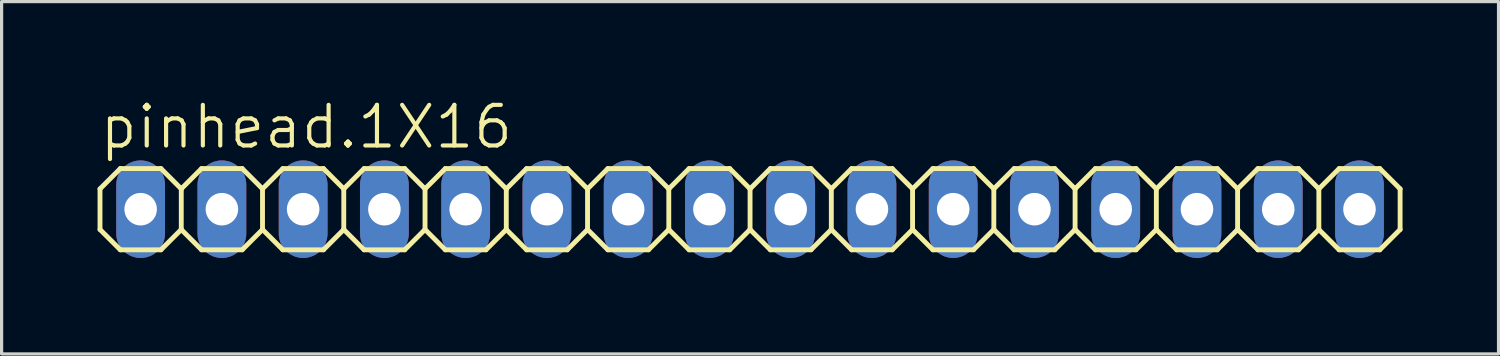
<source format=kicad_pcb>
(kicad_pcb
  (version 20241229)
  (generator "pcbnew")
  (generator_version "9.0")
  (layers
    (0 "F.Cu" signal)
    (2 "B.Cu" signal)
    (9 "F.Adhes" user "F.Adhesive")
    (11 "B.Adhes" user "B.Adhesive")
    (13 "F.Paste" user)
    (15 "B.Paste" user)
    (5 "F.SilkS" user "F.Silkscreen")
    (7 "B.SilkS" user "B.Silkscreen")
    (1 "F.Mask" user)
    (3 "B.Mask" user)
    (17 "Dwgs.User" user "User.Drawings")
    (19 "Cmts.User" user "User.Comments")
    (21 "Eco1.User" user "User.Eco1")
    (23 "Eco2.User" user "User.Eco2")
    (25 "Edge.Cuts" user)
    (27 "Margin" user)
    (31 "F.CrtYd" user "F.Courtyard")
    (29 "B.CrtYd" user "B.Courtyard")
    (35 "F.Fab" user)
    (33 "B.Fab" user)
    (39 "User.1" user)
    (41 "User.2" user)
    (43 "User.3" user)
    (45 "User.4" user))
  (footprint "pinhead.1X16"
    (layer "F.Cu")
    (at 20.396 3.489)
    (property "Reference" "pinhead.1X16" (at -20.396 -1.829 0) (layer "F.SilkS") (effects (font (size 1.27 1.27) (thickness 0.13)) (justify left bottom)))
    (attr through_hole)
    (fp_line (start -20.32 -0.635) (end -20.32 0.635) (stroke (width 0.152) (type default)) (layer "F.SilkS"))
    (fp_line (start -20.32 0.635) (end -19.685 1.27) (stroke (width 0.152) (type default)) (layer "F.SilkS"))
    (fp_line (start -19.685 -1.27) (end -20.32 -0.635) (stroke (width 0.152) (type default)) (layer "F.SilkS"))
    (fp_line (start -19.685 -1.27) (end -18.415 -1.27) (stroke (width 0.152) (type default)) (layer "F.SilkS"))
    (fp_line (start -18.415 -1.27) (end -17.78 -0.635) (stroke (width 0.152) (type default)) (layer "F.SilkS"))
    (fp_line (start -18.415 1.27) (end -19.685 1.27) (stroke (width 0.152) (type default)) (layer "F.SilkS"))
    (fp_line (start -17.78 -0.635) (end -17.78 0.635) (stroke (width 0.152) (type default)) (layer "F.SilkS"))
    (fp_line (start -17.78 -0.635) (end -17.145 -1.27) (stroke (width 0.152) (type default)) (layer "F.SilkS"))
    (fp_line (start -17.78 0.635) (end -18.415 1.27) (stroke (width 0.152) (type default)) (layer "F.SilkS"))
    (fp_line (start -17.145 -1.27) (end -15.875 -1.27) (stroke (width 0.152) (type default)) (layer "F.SilkS"))
    (fp_line (start -17.145 1.27) (end -17.78 0.635) (stroke (width 0.152) (type default)) (layer "F.SilkS"))
    (fp_line (start -15.875 -1.27) (end -15.24 -0.635) (stroke (width 0.152) (type default)) (layer "F.SilkS"))
    (fp_line (start -15.875 1.27) (end -17.145 1.27) (stroke (width 0.152) (type default)) (layer "F.SilkS"))
    (fp_line (start -15.24 -0.635) (end -15.24 0.635) (stroke (width 0.152) (type default)) (layer "F.SilkS"))
    (fp_line (start -15.24 -0.635) (end -14.605 -1.27) (stroke (width 0.152) (type default)) (layer "F.SilkS"))
    (fp_line (start -15.24 0.635) (end -15.875 1.27) (stroke (width 0.152) (type default)) (layer "F.SilkS"))
    (fp_line (start -14.605 -1.27) (end -13.335 -1.27) (stroke (width 0.152) (type default)) (layer "F.SilkS"))
    (fp_line (start -14.605 1.27) (end -15.24 0.635) (stroke (width 0.152) (type default)) (layer "F.SilkS"))
    (fp_line (start -13.335 -1.27) (end -12.7 -0.635) (stroke (width 0.152) (type default)) (layer "F.SilkS"))
    (fp_line (start -13.335 1.27) (end -14.605 1.27) (stroke (width 0.152) (type default)) (layer "F.SilkS"))
    (fp_line (start -12.7 -0.635) (end -12.7 0.635) (stroke (width 0.152) (type default)) (layer "F.SilkS"))
    (fp_line (start -12.7 0.635) (end -13.335 1.27) (stroke (width 0.152) (type default)) (layer "F.SilkS"))
    (fp_line (start -12.7 0.635) (end -12.065 1.27) (stroke (width 0.152) (type default)) (layer "F.SilkS"))
    (fp_line (start -12.065 -1.27) (end -12.7 -0.635) (stroke (width 0.152) (type default)) (layer "F.SilkS"))
    (fp_line (start -12.065 -1.27) (end -10.795 -1.27) (stroke (width 0.152) (type default)) (layer "F.SilkS"))
    (fp_line (start -10.795 -1.27) (end -10.16 -0.635) (stroke (width 0.152) (type default)) (layer "F.SilkS"))
    (fp_line (start -10.795 1.27) (end -12.065 1.27) (stroke (width 0.152) (type default)) (layer "F.SilkS"))
    (fp_line (start -10.16 -0.635) (end -10.16 0.635) (stroke (width 0.152) (type default)) (layer "F.SilkS"))
    (fp_line (start -10.16 -0.635) (end -9.525 -1.27) (stroke (width 0.152) (type default)) (layer "F.SilkS"))
    (fp_line (start -10.16 0.635) (end -10.795 1.27) (stroke (width 0.152) (type default)) (layer "F.SilkS"))
    (fp_line (start -9.525 -1.27) (end -8.255 -1.27) (stroke (width 0.152) (type default)) (layer "F.SilkS"))
    (fp_line (start -9.525 1.27) (end -10.16 0.635) (stroke (width 0.152) (type default)) (layer "F.SilkS"))
    (fp_line (start -8.255 -1.27) (end -7.62 -0.635) (stroke (width 0.152) (type default)) (layer "F.SilkS"))
    (fp_line (start -8.255 1.27) (end -9.525 1.27) (stroke (width 0.152) (type default)) (layer "F.SilkS"))
    (fp_line (start -7.62 -0.635) (end -7.62 0.635) (stroke (width 0.152) (type default)) (layer "F.SilkS"))
    (fp_line (start -7.62 -0.635) (end -6.985 -1.27) (stroke (width 0.152) (type default)) (layer "F.SilkS"))
    (fp_line (start -7.62 0.635) (end -8.255 1.27) (stroke (width 0.152) (type default)) (layer "F.SilkS"))
    (fp_line (start -6.985 -1.27) (end -5.715 -1.27) (stroke (width 0.152) (type default)) (layer "F.SilkS"))
    (fp_line (start -6.985 1.27) (end -7.62 0.635) (stroke (width 0.152) (type default)) (layer "F.SilkS"))
    (fp_line (start -5.715 -1.27) (end -5.08 -0.635) (stroke (width 0.152) (type default)) (layer "F.SilkS"))
    (fp_line (start -5.715 1.27) (end -6.985 1.27) (stroke (width 0.152) (type default)) (layer "F.SilkS"))
    (fp_line (start -5.08 -0.635) (end -5.08 0.635) (stroke (width 0.152) (type default)) (layer "F.SilkS"))
    (fp_line (start -5.08 0.635) (end -5.715 1.27) (stroke (width 0.152) (type default)) (layer "F.SilkS"))
    (fp_line (start -5.08 0.635) (end -4.445 1.27) (stroke (width 0.152) (type default)) (layer "F.SilkS"))
    (fp_line (start -4.445 -1.27) (end -5.08 -0.635) (stroke (width 0.152) (type default)) (layer "F.SilkS"))
    (fp_line (start -4.445 -1.27) (end -3.175 -1.27) (stroke (width 0.152) (type default)) (layer "F.SilkS"))
    (fp_line (start -3.175 -1.27) (end -2.54 -0.635) (stroke (width 0.152) (type default)) (layer "F.SilkS"))
    (fp_line (start -3.175 1.27) (end -4.445 1.27) (stroke (width 0.152) (type default)) (layer "F.SilkS"))
    (fp_line (start -2.54 -0.635) (end -2.54 0.635) (stroke (width 0.152) (type default)) (layer "F.SilkS"))
    (fp_line (start -2.54 -0.635) (end -1.905 -1.27) (stroke (width 0.152) (type default)) (layer "F.SilkS"))
    (fp_line (start -2.54 0.635) (end -3.175 1.27) (stroke (width 0.152) (type default)) (layer "F.SilkS"))
    (fp_line (start -1.905 -1.27) (end -0.635 -1.27) (stroke (width 0.152) (type default)) (layer "F.SilkS"))
    (fp_line (start -1.905 1.27) (end -2.54 0.635) (stroke (width 0.152) (type default)) (layer "F.SilkS"))
    (fp_line (start -0.635 -1.27) (end 0 -0.635) (stroke (width 0.152) (type default)) (layer "F.SilkS"))
    (fp_line (start -0.635 1.27) (end -1.905 1.27) (stroke (width 0.152) (type default)) (layer "F.SilkS"))
    (fp_line (start 0 -0.635) (end 0 0.635) (stroke (width 0.152) (type default)) (layer "F.SilkS"))
    (fp_line (start 0 -0.635) (end 0.635 -1.27) (stroke (width 0.152) (type default)) (layer "F.SilkS"))
    (fp_line (start 0 0.635) (end -0.635 1.27) (stroke (width 0.152) (type default)) (layer "F.SilkS"))
    (fp_line (start 0.635 -1.27) (end 1.905 -1.27) (stroke (width 0.152) (type default)) (layer "F.SilkS"))
    (fp_line (start 0.635 1.27) (end 0 0.635) (stroke (width 0.152) (type default)) (layer "F.SilkS"))
    (fp_line (start 1.905 -1.27) (end 2.54 -0.635) (stroke (width 0.152) (type default)) (layer "F.SilkS"))
    (fp_line (start 1.905 1.27) (end 0.635 1.27) (stroke (width 0.152) (type default)) (layer "F.SilkS"))
    (fp_line (start 2.54 -0.635) (end 2.54 0.635) (stroke (width 0.152) (type default)) (layer "F.SilkS"))
    (fp_line (start 2.54 0.635) (end 1.905 1.27) (stroke (width 0.152) (type default)) (layer "F.SilkS"))
    (fp_line (start 2.54 0.635) (end 3.175 1.27) (stroke (width 0.152) (type default)) (layer "F.SilkS"))
    (fp_line (start 3.175 -1.27) (end 2.54 -0.635) (stroke (width 0.152) (type default)) (layer "F.SilkS"))
    (fp_line (start 3.175 -1.27) (end 4.445 -1.27) (stroke (width 0.152) (type default)) (layer "F.SilkS"))
    (fp_line (start 4.445 -1.27) (end 5.08 -0.635) (stroke (width 0.152) (type default)) (layer "F.SilkS"))
    (fp_line (start 4.445 1.27) (end 3.175 1.27) (stroke (width 0.152) (type default)) (layer "F.SilkS"))
    (fp_line (start 5.08 -0.635) (end 5.08 0.635) (stroke (width 0.152) (type default)) (layer "F.SilkS"))
    (fp_line (start 5.08 -0.635) (end 5.715 -1.27) (stroke (width 0.152) (type default)) (layer "F.SilkS"))
    (fp_line (start 5.08 0.635) (end 4.445 1.27) (stroke (width 0.152) (type default)) (layer "F.SilkS"))
    (fp_line (start 5.715 -1.27) (end 6.985 -1.27) (stroke (width 0.152) (type default)) (layer "F.SilkS"))
    (fp_line (start 5.715 1.27) (end 5.08 0.635) (stroke (width 0.152) (type default)) (layer "F.SilkS"))
    (fp_line (start 6.985 -1.27) (end 7.62 -0.635) (stroke (width 0.152) (type default)) (layer "F.SilkS"))
    (fp_line (start 6.985 1.27) (end 5.715 1.27) (stroke (width 0.152) (type default)) (layer "F.SilkS"))
    (fp_line (start 7.62 -0.635) (end 7.62 0.635) (stroke (width 0.152) (type default)) (layer "F.SilkS"))
    (fp_line (start 7.62 -0.635) (end 8.255 -1.27) (stroke (width 0.152) (type default)) (layer "F.SilkS"))
    (fp_line (start 7.62 0.635) (end 6.985 1.27) (stroke (width 0.152) (type default)) (layer "F.SilkS"))
    (fp_line (start 8.255 -1.27) (end 9.525 -1.27) (stroke (width 0.152) (type default)) (layer "F.SilkS"))
    (fp_line (start 8.255 1.27) (end 7.62 0.635) (stroke (width 0.152) (type default)) (layer "F.SilkS"))
    (fp_line (start 9.525 -1.27) (end 10.16 -0.635) (stroke (width 0.152) (type default)) (layer "F.SilkS"))
    (fp_line (start 9.525 1.27) (end 8.255 1.27) (stroke (width 0.152) (type default)) (layer "F.SilkS"))
    (fp_line (start 10.16 -0.635) (end 10.16 0.635) (stroke (width 0.152) (type default)) (layer "F.SilkS"))
    (fp_line (start 10.16 0.635) (end 9.525 1.27) (stroke (width 0.152) (type default)) (layer "F.SilkS"))
    (fp_line (start 10.16 0.635) (end 10.795 1.27) (stroke (width 0.152) (type default)) (layer "F.SilkS"))
    (fp_line (start 10.795 -1.27) (end 10.16 -0.635) (stroke (width 0.152) (type default)) (layer "F.SilkS"))
    (fp_line (start 10.795 -1.27) (end 12.065 -1.27) (stroke (width 0.152) (type default)) (layer "F.SilkS"))
    (fp_line (start 12.065 -1.27) (end 12.7 -0.635) (stroke (width 0.152) (type default)) (layer "F.SilkS"))
    (fp_line (start 12.065 1.27) (end 10.795 1.27) (stroke (width 0.152) (type default)) (layer "F.SilkS"))
    (fp_line (start 12.7 -0.635) (end 12.7 0.635) (stroke (width 0.152) (type default)) (layer "F.SilkS"))
    (fp_line (start 12.7 -0.635) (end 13.335 -1.27) (stroke (width 0.152) (type default)) (layer "F.SilkS"))
    (fp_line (start 12.7 0.635) (end 12.065 1.27) (stroke (width 0.152) (type default)) (layer "F.SilkS"))
    (fp_line (start 13.335 -1.27) (end 14.605 -1.27) (stroke (width 0.152) (type default)) (layer "F.SilkS"))
    (fp_line (start 13.335 1.27) (end 12.7 0.635) (stroke (width 0.152) (type default)) (layer "F.SilkS"))
    (fp_line (start 14.605 -1.27) (end 15.24 -0.635) (stroke (width 0.152) (type default)) (layer "F.SilkS"))
    (fp_line (start 14.605 1.27) (end 13.335 1.27) (stroke (width 0.152) (type default)) (layer "F.SilkS"))
    (fp_line (start 15.24 -0.635) (end 15.24 0.635) (stroke (width 0.152) (type default)) (layer "F.SilkS"))
    (fp_line (start 15.24 -0.635) (end 15.875 -1.27) (stroke (width 0.152) (type default)) (layer "F.SilkS"))
    (fp_line (start 15.24 0.635) (end 14.605 1.27) (stroke (width 0.152) (type default)) (layer "F.SilkS"))
    (fp_line (start 15.875 -1.27) (end 17.145 -1.27) (stroke (width 0.152) (type default)) (layer "F.SilkS"))
    (fp_line (start 15.875 1.27) (end 15.24 0.635) (stroke (width 0.152) (type default)) (layer "F.SilkS"))
    (fp_line (start 17.145 -1.27) (end 17.78 -0.635) (stroke (width 0.152) (type default)) (layer "F.SilkS"))
    (fp_line (start 17.145 1.27) (end 15.875 1.27) (stroke (width 0.152) (type default)) (layer "F.SilkS"))
    (fp_line (start 17.78 -0.635) (end 17.78 0.635) (stroke (width 0.152) (type default)) (layer "F.SilkS"))
    (fp_line (start 17.78 -0.635) (end 18.415 -1.27) (stroke (width 0.152) (type default)) (layer "F.SilkS"))
    (fp_line (start 17.78 0.635) (end 17.145 1.27) (stroke (width 0.152) (type default)) (layer "F.SilkS"))
    (fp_line (start 18.415 -1.27) (end 19.685 -1.27) (stroke (width 0.152) (type default)) (layer "F.SilkS"))
    (fp_line (start 18.415 1.27) (end 17.78 0.635) (stroke (width 0.152) (type default)) (layer "F.SilkS"))
    (fp_line (start 19.685 -1.27) (end 20.32 -0.635) (stroke (width 0.152) (type default)) (layer "F.SilkS"))
    (fp_line (start 19.685 1.27) (end 18.415 1.27) (stroke (width 0.152) (type default)) (layer "F.SilkS"))
    (fp_line (start 20.32 -0.635) (end 20.32 0.635) (stroke (width 0.152) (type default)) (layer "F.SilkS"))
    (fp_line (start 20.32 0.635) (end 19.685 1.27) (stroke (width 0.152) (type default)) (layer "F.SilkS"))
    (fp_rect (start -19.304 0.254) (end -18.796 -0.254) (stroke (width 0.05) (type default)) (fill no) (layer "F.Fab"))
    (fp_rect (start -16.764 0.254) (end -16.256 -0.254) (stroke (width 0.05) (type default)) (fill no) (layer "F.Fab"))
    (fp_rect (start -14.224 0.254) (end -13.716 -0.254) (stroke (width 0.05) (type default)) (fill no) (layer "F.Fab"))
    (fp_rect (start -11.684 0.254) (end -11.176 -0.254) (stroke (width 0.05) (type default)) (fill no) (layer "F.Fab"))
    (fp_rect (start -9.144 0.254) (end -8.636 -0.254) (stroke (width 0.05) (type default)) (fill no) (layer "F.Fab"))
    (fp_rect (start -6.604 0.254) (end -6.096 -0.254) (stroke (width 0.05) (type default)) (fill no) (layer "F.Fab"))
    (fp_rect (start -4.064 0.254) (end -3.556 -0.254) (stroke (width 0.05) (type default)) (fill no) (layer "F.Fab"))
    (fp_rect (start -1.524 0.254) (end -1.016 -0.254) (stroke (width 0.05) (type default)) (fill no) (layer "F.Fab"))
    (fp_rect (start 1.016 0.254) (end 1.524 -0.254) (stroke (width 0.05) (type default)) (fill no) (layer "F.Fab"))
    (fp_rect (start 3.556 0.254) (end 4.064 -0.254) (stroke (width 0.05) (type default)) (fill no) (layer "F.Fab"))
    (fp_rect (start 6.096 0.254) (end 6.604 -0.254) (stroke (width 0.05) (type default)) (fill no) (layer "F.Fab"))
    (fp_rect (start 8.636 0.254) (end 9.144 -0.254) (stroke (width 0.05) (type default)) (fill no) (layer "F.Fab"))
    (fp_rect (start 11.176 0.254) (end 11.684 -0.254) (stroke (width 0.05) (type default)) (fill no) (layer "F.Fab"))
    (fp_rect (start 13.716 0.254) (end 14.224 -0.254) (stroke (width 0.05) (type default)) (fill no) (layer "F.Fab"))
    (fp_rect (start 16.256 0.254) (end 16.764 -0.254) (stroke (width 0.05) (type default)) (fill no) (layer "F.Fab"))
    (fp_rect (start 18.796 0.254) (end 19.304 -0.254) (stroke (width 0.05) (type default)) (fill no) (layer "F.Fab"))
    (pad "1" thru_hole oval (at -19.05 0 90) (size 3.048 1.524) (drill 1.016) (layers "*.Cu" "*.Mask"))
    (pad "2" thru_hole oval (at -16.51 0 90) (size 3.048 1.524) (drill 1.016) (layers "*.Cu" "*.Mask"))
    (pad "3" thru_hole oval (at -13.97 0 90) (size 3.048 1.524) (drill 1.016) (layers "*.Cu" "*.Mask"))
    (pad "4" thru_hole oval (at -11.43 0 90) (size 3.048 1.524) (drill 1.016) (layers "*.Cu" "*.Mask"))
    (pad "5" thru_hole oval (at -8.89 0 90) (size 3.048 1.524) (drill 1.016) (layers "*.Cu" "*.Mask"))
    (pad "6" thru_hole oval (at -6.35 0 90) (size 3.048 1.524) (drill 1.016) (layers "*.Cu" "*.Mask"))
    (pad "7" thru_hole oval (at -3.81 0 90) (size 3.048 1.524) (drill 1.016) (layers "*.Cu" "*.Mask"))
    (pad "8" thru_hole oval (at -1.27 0 90) (size 3.048 1.524) (drill 1.016) (layers "*.Cu" "*.Mask"))
    (pad "9" thru_hole oval (at 1.27 0 90) (size 3.048 1.524) (drill 1.016) (layers "*.Cu" "*.Mask"))
    (pad "10" thru_hole oval (at 3.81 0 90) (size 3.048 1.524) (drill 1.016) (layers "*.Cu" "*.Mask"))
    (pad "11" thru_hole oval (at 6.35 0 90) (size 3.048 1.524) (drill 1.016) (layers "*.Cu" "*.Mask"))
    (pad "12" thru_hole oval (at 8.89 0 90) (size 3.048 1.524) (drill 1.016) (layers "*.Cu" "*.Mask"))
    (pad "13" thru_hole oval (at 11.43 0 90) (size 3.048 1.524) (drill 1.016) (layers "*.Cu" "*.Mask"))
    (pad "14" thru_hole oval (at 13.97 0 90) (size 3.048 1.524) (drill 1.016) (layers "*.Cu" "*.Mask"))
    (pad "15" thru_hole oval (at 16.51 0 90) (size 3.048 1.524) (drill 1.016) (layers "*.Cu" "*.Mask"))
    (pad "16" thru_hole oval (at 19.05 0 90) (size 3.048 1.524) (drill 1.016) (layers "*.Cu" "*.Mask")))
  (gr_rect
    (start -3 -3)
    (end 43.792 8.013)
    (stroke (width 0.1) (type default))
    (fill no)
    (layer "Edge.Cuts")))
</source>
